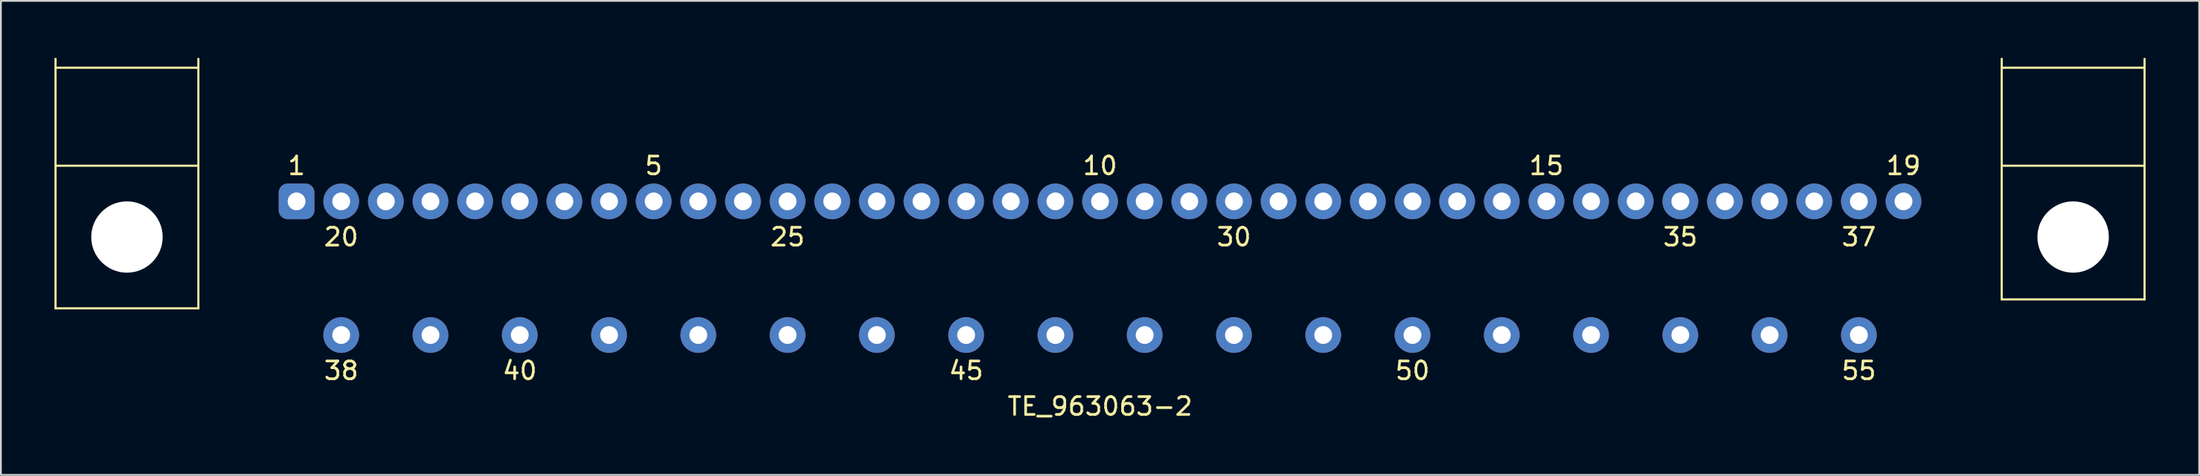
<source format=kicad_pcb>
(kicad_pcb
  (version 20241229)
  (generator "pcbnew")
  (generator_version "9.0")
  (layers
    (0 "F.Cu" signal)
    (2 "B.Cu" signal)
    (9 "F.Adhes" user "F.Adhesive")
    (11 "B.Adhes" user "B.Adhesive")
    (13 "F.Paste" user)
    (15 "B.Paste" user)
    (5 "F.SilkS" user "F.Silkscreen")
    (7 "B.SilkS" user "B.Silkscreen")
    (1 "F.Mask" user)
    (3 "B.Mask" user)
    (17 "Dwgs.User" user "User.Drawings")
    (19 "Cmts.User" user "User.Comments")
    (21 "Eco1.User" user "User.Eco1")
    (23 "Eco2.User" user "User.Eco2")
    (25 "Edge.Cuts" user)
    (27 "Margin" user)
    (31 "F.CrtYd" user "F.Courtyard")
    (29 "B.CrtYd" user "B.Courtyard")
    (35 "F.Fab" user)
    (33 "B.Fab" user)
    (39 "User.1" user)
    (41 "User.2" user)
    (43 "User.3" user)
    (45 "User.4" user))
  (footprint "TE_963063-2"
    (layer "F.Cu")
    (at 58.56 0.25)
    (property "Reference" "TE_963063-2" (at 0 19.5 0) (layer "F.SilkS") (effects (font (size 1 1) (thickness 0.15))))
    (attr through_hole)
    (fp_line (start -58.5 0) (end -58.5 14) (stroke (width 0.12) (type solid)) (layer "F.SilkS"))
    (fp_line (start -58.5 0.5) (end -50.5 0.5) (stroke (width 0.12) (type solid)) (layer "F.SilkS"))
    (fp_line (start -58.5 6) (end -50.5 6) (stroke (width 0.12) (type solid)) (layer "F.SilkS"))
    (fp_line (start -58.5 14) (end -50.5 14) (stroke (width 0.12) (type solid)) (layer "F.SilkS"))
    (fp_line (start -50.5 14) (end -50.5 0) (stroke (width 0.12) (type solid)) (layer "F.SilkS"))
    (fp_line (start 50.5 0.5) (end 58.5 0.5) (stroke (width 0.12) (type solid)) (layer "F.SilkS"))
    (fp_line (start 50.5 6) (end 58.5 6) (stroke (width 0.12) (type solid)) (layer "F.SilkS"))
    (fp_line (start 50.5 13.5) (end 50.5 0) (stroke (width 0.12) (type solid)) (layer "F.SilkS"))
    (fp_line (start 58.5 0) (end 58.5 13.5) (stroke (width 0.12) (type solid)) (layer "F.SilkS"))
    (fp_line (start 58.5 13.5) (end 50.5 13.5) (stroke (width 0.12) (type solid)) (layer "F.SilkS"))
    (fp_text user "55" (at 42.5 17.5 0) (layer "F.SilkS") (effects (font (size 1 1) (thickness 0.15))))
    (fp_text user "40" (at -32.5 17.5 0) (layer "F.SilkS") (effects (font (size 1 1) (thickness 0.15))))
    (fp_text user "37" (at 42.5 10 0) (layer "F.SilkS") (effects (font (size 1 1) (thickness 0.15))))
    (fp_text user "10" (at 0 6 0) (layer "F.SilkS") (effects (font (size 1 1) (thickness 0.15))))
    (fp_text user "30" (at 7.5 10 0) (layer "F.SilkS") (effects (font (size 1 1) (thickness 0.15))))
    (fp_text user "35" (at 32.5 10 0) (layer "F.SilkS") (effects (font (size 1 1) (thickness 0.15))))
    (fp_text user "25" (at -17.5 10 0) (layer "F.SilkS") (effects (font (size 1 1) (thickness 0.15))))
    (fp_text user "20" (at -42.5 10 0) (layer "F.SilkS") (effects (font (size 1 1) (thickness 0.15))))
    (fp_text user "5" (at -25 6 0) (layer "F.SilkS") (effects (font (size 1 1) (thickness 0.15))))
    (fp_text user "50" (at 17.5 17.5 0) (layer "F.SilkS") (effects (font (size 1 1) (thickness 0.15))))
    (fp_text user "15" (at 25 6 0) (layer "F.SilkS") (effects (font (size 1 1) (thickness 0.15))))
    (fp_text user "45" (at -7.5 17.5 0) (layer "F.SilkS") (effects (font (size 1 1) (thickness 0.15))))
    (fp_text user "1" (at -45 6 0) (layer "F.SilkS") (effects (font (size 1 1) (thickness 0.15))))
    (fp_text user "38" (at -42.5 17.5 0) (layer "F.SilkS") (effects (font (size 1 1) (thickness 0.15))))
    (fp_text user "19" (at 45 6 0) (layer "F.SilkS") (effects (font (size 1 1) (thickness 0.15))))
    (pad "" np_thru_hole circle (at -54.5 10) (size 4 4) (drill 4) (layers "*.Cu" "*.Mask"))
    (pad "" np_thru_hole circle (at 54.5 10) (size 4 4) (drill 4) (layers "*.Cu" "*.Mask"))
    (pad "1" thru_hole roundrect (at -45 8) (size 2 2) (drill 1) (layers "*.Cu" "*.Mask") (roundrect_rratio 0.25))
    (pad "2" thru_hole circle (at -40 8) (size 2 2) (drill 1) (layers "*.Cu" "*.Mask"))
    (pad "3" thru_hole circle (at -35 8) (size 2 2) (drill 1) (layers "*.Cu" "*.Mask"))
    (pad "4" thru_hole circle (at -30 8) (size 2 2) (drill 1) (layers "*.Cu" "*.Mask"))
    (pad "5" thru_hole circle (at -25 8) (size 2 2) (drill 1) (layers "*.Cu" "*.Mask"))
    (pad "6" thru_hole circle (at -20 8) (size 2 2) (drill 1) (layers "*.Cu" "*.Mask"))
    (pad "7" thru_hole circle (at -15 8) (size 2 2) (drill 1) (layers "*.Cu" "*.Mask"))
    (pad "8" thru_hole circle (at -10 8) (size 2 2) (drill 1) (layers "*.Cu" "*.Mask"))
    (pad "9" thru_hole circle (at -5 8) (size 2 2) (drill 1) (layers "*.Cu" "*.Mask"))
    (pad "10" thru_hole circle (at 0 8) (size 2 2) (drill 1) (layers "*.Cu" "*.Mask"))
    (pad "11" thru_hole circle (at 5 8) (size 2 2) (drill 1) (layers "*.Cu" "*.Mask"))
    (pad "12" thru_hole circle (at 10 8) (size 2 2) (drill 1) (layers "*.Cu" "*.Mask"))
    (pad "13" thru_hole circle (at 15 8) (size 2 2) (drill 1) (layers "*.Cu" "*.Mask"))
    (pad "14" thru_hole circle (at 20 8) (size 2 2) (drill 1) (layers "*.Cu" "*.Mask"))
    (pad "15" thru_hole circle (at 25 8) (size 2 2) (drill 1) (layers "*.Cu" "*.Mask"))
    (pad "16" thru_hole circle (at 30 8) (size 2 2) (drill 1) (layers "*.Cu" "*.Mask"))
    (pad "17" thru_hole circle (at 35 8) (size 2 2) (drill 1) (layers "*.Cu" "*.Mask"))
    (pad "18" thru_hole circle (at 40 8) (size 2 2) (drill 1) (layers "*.Cu" "*.Mask"))
    (pad "19" thru_hole circle (at 45 8) (size 2 2) (drill 1) (layers "*.Cu" "*.Mask"))
    (pad "20" thru_hole circle (at -42.5 8) (size 2 2) (drill 1) (layers "*.Cu" "*.Mask"))
    (pad "21" thru_hole circle (at -37.5 8) (size 2 2) (drill 1) (layers "*.Cu" "*.Mask"))
    (pad "22" thru_hole circle (at -32.5 8) (size 2 2) (drill 1) (layers "*.Cu" "*.Mask"))
    (pad "23" thru_hole circle (at -27.5 8) (size 2 2) (drill 1) (layers "*.Cu" "*.Mask"))
    (pad "24" thru_hole circle (at -22.5 8) (size 2 2) (drill 1) (layers "*.Cu" "*.Mask"))
    (pad "25" thru_hole circle (at -17.5 8) (size 2 2) (drill 1) (layers "*.Cu" "*.Mask"))
    (pad "26" thru_hole circle (at -12.5 8) (size 2 2) (drill 1) (layers "*.Cu" "*.Mask"))
    (pad "27" thru_hole circle (at -7.5 8) (size 2 2) (drill 1) (layers "*.Cu" "*.Mask"))
    (pad "28" thru_hole circle (at -2.5 8) (size 2 2) (drill 1) (layers "*.Cu" "*.Mask"))
    (pad "29" thru_hole circle (at 2.5 8) (size 2 2) (drill 1) (layers "*.Cu" "*.Mask"))
    (pad "30" thru_hole circle (at 7.5 8) (size 2 2) (drill 1) (layers "*.Cu" "*.Mask"))
    (pad "31" thru_hole circle (at 12.5 8) (size 2 2) (drill 1) (layers "*.Cu" "*.Mask"))
    (pad "32" thru_hole circle (at 17.5 8) (size 2 2) (drill 1) (layers "*.Cu" "*.Mask"))
    (pad "33" thru_hole circle (at 22.5 8) (size 2 2) (drill 1) (layers "*.Cu" "*.Mask"))
    (pad "34" thru_hole circle (at 27.5 8) (size 2 2) (drill 1) (layers "*.Cu" "*.Mask"))
    (pad "35" thru_hole circle (at 32.5 8) (size 2 2) (drill 1) (layers "*.Cu" "*.Mask"))
    (pad "36" thru_hole circle (at 37.5 8) (size 2 2) (drill 1) (layers "*.Cu" "*.Mask"))
    (pad "37" thru_hole circle (at 42.5 8) (size 2 2) (drill 1) (layers "*.Cu" "*.Mask"))
    (pad "38" thru_hole circle (at -42.5 15.5) (size 2 2) (drill 1) (layers "*.Cu" "*.Mask"))
    (pad "39" thru_hole circle (at -37.5 15.5) (size 2 2) (drill 1) (layers "*.Cu" "*.Mask"))
    (pad "40" thru_hole circle (at -32.5 15.5) (size 2 2) (drill 1) (layers "*.Cu" "*.Mask"))
    (pad "41" thru_hole circle (at -27.5 15.5) (size 2 2) (drill 1) (layers "*.Cu" "*.Mask"))
    (pad "42" thru_hole circle (at -22.5 15.5) (size 2 2) (drill 1) (layers "*.Cu" "*.Mask"))
    (pad "43" thru_hole circle (at -17.5 15.5) (size 2 2) (drill 1) (layers "*.Cu" "*.Mask"))
    (pad "44" thru_hole circle (at -12.5 15.5) (size 2 2) (drill 1) (layers "*.Cu" "*.Mask"))
    (pad "45" thru_hole circle (at -7.5 15.5) (size 2 2) (drill 1) (layers "*.Cu" "*.Mask"))
    (pad "46" thru_hole circle (at -2.5 15.5) (size 2 2) (drill 1) (layers "*.Cu" "*.Mask"))
    (pad "47" thru_hole circle (at 2.5 15.5) (size 2 2) (drill 1) (layers "*.Cu" "*.Mask"))
    (pad "48" thru_hole circle (at 7.5 15.5) (size 2 2) (drill 1) (layers "*.Cu" "*.Mask"))
    (pad "49" thru_hole circle (at 12.5 15.5) (size 2 2) (drill 1) (layers "*.Cu" "*.Mask"))
    (pad "50" thru_hole circle (at 17.5 15.5) (size 2 2) (drill 1) (layers "*.Cu" "*.Mask"))
    (pad "51" thru_hole circle (at 22.5 15.5) (size 2 2) (drill 1) (layers "*.Cu" "*.Mask"))
    (pad "52" thru_hole circle (at 27.5 15.5) (size 2 2) (drill 1) (layers "*.Cu" "*.Mask"))
    (pad "53" thru_hole circle (at 32.5 15.5) (size 2 2) (drill 1) (layers "*.Cu" "*.Mask"))
    (pad "54" thru_hole circle (at 37.5 15.5) (size 2 2) (drill 1) (layers "*.Cu" "*.Mask"))
    (pad "55" thru_hole circle (at 42.5 15.5) (size 2 2) (drill 1) (layers "*.Cu" "*.Mask")))
  (gr_rect
    (start -3 -3)
    (end 120.12 23.598)
    (stroke (width 0.1) (type default))
    (fill no)
    (layer "Edge.Cuts")))
</source>
